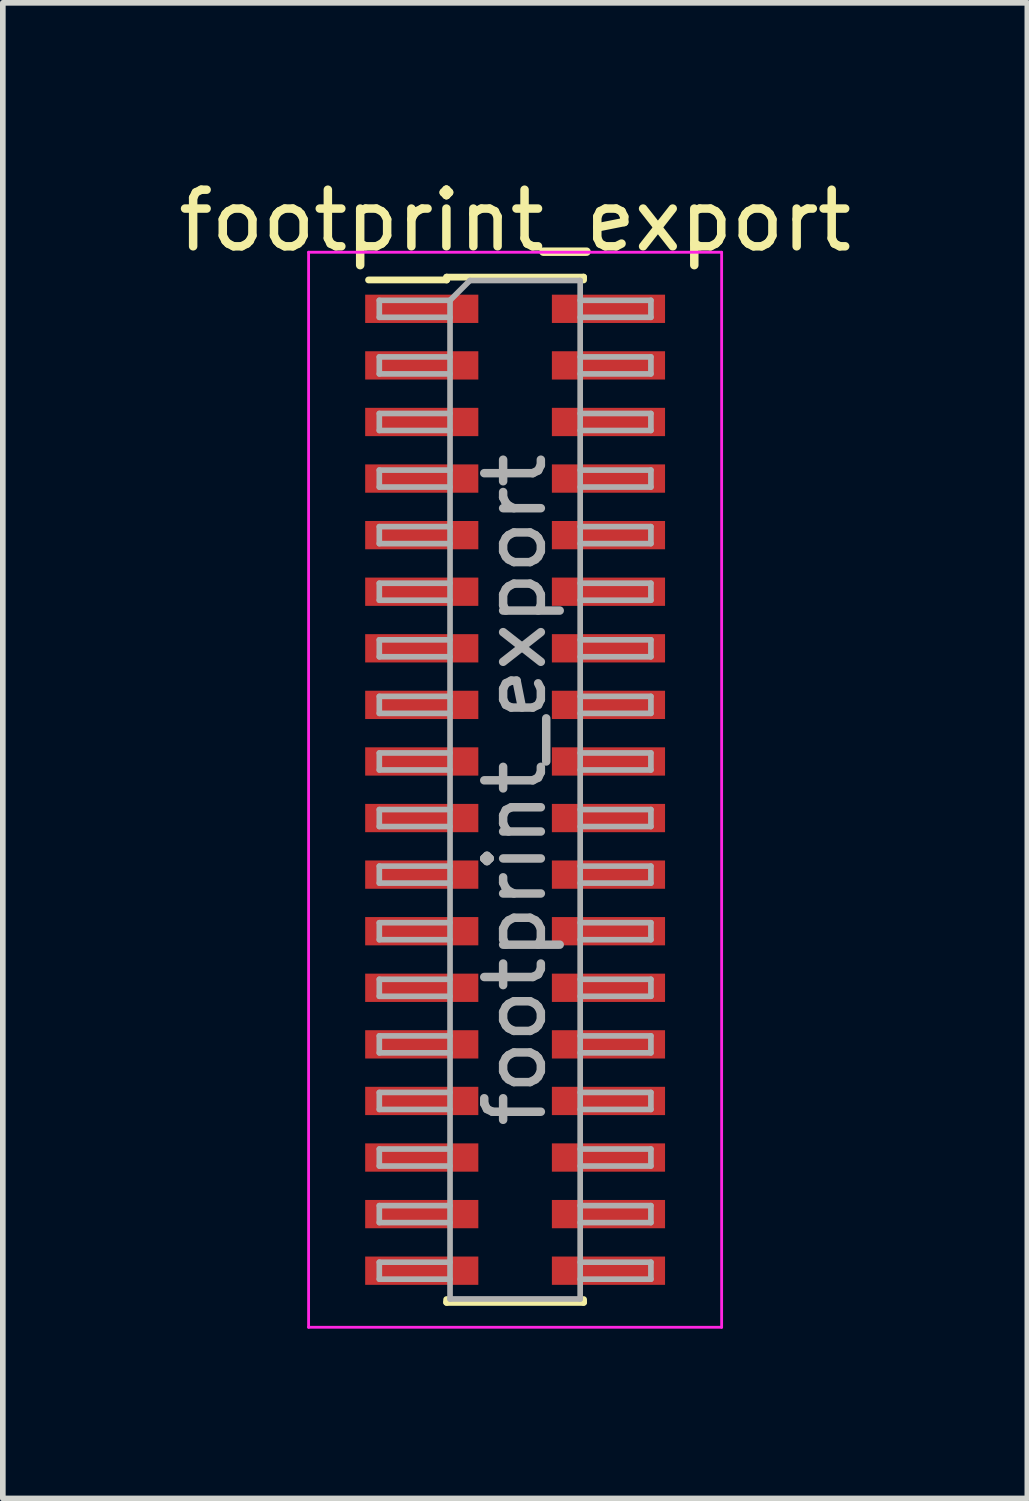
<source format=kicad_pcb>
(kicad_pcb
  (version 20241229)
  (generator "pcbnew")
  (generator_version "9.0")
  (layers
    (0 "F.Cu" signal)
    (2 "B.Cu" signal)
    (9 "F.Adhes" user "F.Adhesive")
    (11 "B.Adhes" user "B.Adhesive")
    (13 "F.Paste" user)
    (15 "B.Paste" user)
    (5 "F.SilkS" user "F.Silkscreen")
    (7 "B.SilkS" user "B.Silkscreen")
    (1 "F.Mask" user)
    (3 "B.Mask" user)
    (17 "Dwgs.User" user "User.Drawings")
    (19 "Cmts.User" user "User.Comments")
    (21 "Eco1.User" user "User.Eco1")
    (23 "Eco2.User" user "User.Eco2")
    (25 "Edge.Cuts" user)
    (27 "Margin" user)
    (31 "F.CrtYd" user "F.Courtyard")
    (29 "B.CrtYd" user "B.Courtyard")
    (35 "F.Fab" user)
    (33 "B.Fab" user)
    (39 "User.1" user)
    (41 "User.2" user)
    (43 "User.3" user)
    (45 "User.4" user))
  (footprint "footprint_export"
    (layer "F.Cu")
    (at 6.054 10.908)
    (property "Reference" "footprint_export" (at 0 -10.06 0) (layer "F.SilkS") (effects (font (size 1 1) (thickness 0.15))))
    (attr smd)
    (fp_line (start -2.59 -9.01) (end -1.21 -9.01) (stroke (width 0.12) (type solid)) (layer "F.SilkS"))
    (fp_line (start -1.21 -9.06) (end -1.21 -9.01) (stroke (width 0.12) (type solid)) (layer "F.SilkS"))
    (fp_line (start -1.21 -9.06) (end 1.21 -9.06) (stroke (width 0.12) (type solid)) (layer "F.SilkS"))
    (fp_line (start -1.21 9.01) (end -1.21 9.06) (stroke (width 0.12) (type solid)) (layer "F.SilkS"))
    (fp_line (start -1.21 9.06) (end 1.21 9.06) (stroke (width 0.12) (type solid)) (layer "F.SilkS"))
    (fp_line (start 1.21 -9.06) (end 1.21 -9.01) (stroke (width 0.12) (type solid)) (layer "F.SilkS"))
    (fp_line (start 1.21 9.01) (end 1.21 9.06) (stroke (width 0.12) (type solid)) (layer "F.SilkS"))
    (fp_line (start -3.65 -9.5) (end -3.65 9.5) (stroke (width 0.05) (type solid)) (layer "F.CrtYd"))
    (fp_line (start -3.65 9.5) (end 3.65 9.5) (stroke (width 0.05) (type solid)) (layer "F.CrtYd"))
    (fp_line (start 3.65 -9.5) (end -3.65 -9.5) (stroke (width 0.05) (type solid)) (layer "F.CrtYd"))
    (fp_line (start 3.65 9.5) (end 3.65 -9.5) (stroke (width 0.05) (type solid)) (layer "F.CrtYd"))
    (fp_line (start -2.4 -8.65) (end -2.4 -8.35) (stroke (width 0.1) (type solid)) (layer "F.Fab"))
    (fp_line (start -2.4 -8.35) (end -1.15 -8.35) (stroke (width 0.1) (type solid)) (layer "F.Fab"))
    (fp_line (start -2.4 -7.65) (end -2.4 -7.35) (stroke (width 0.1) (type solid)) (layer "F.Fab"))
    (fp_line (start -2.4 -7.35) (end -1.15 -7.35) (stroke (width 0.1) (type solid)) (layer "F.Fab"))
    (fp_line (start -2.4 -6.65) (end -2.4 -6.35) (stroke (width 0.1) (type solid)) (layer "F.Fab"))
    (fp_line (start -2.4 -6.35) (end -1.15 -6.35) (stroke (width 0.1) (type solid)) (layer "F.Fab"))
    (fp_line (start -2.4 -5.65) (end -2.4 -5.35) (stroke (width 0.1) (type solid)) (layer "F.Fab"))
    (fp_line (start -2.4 -5.35) (end -1.15 -5.35) (stroke (width 0.1) (type solid)) (layer "F.Fab"))
    (fp_line (start -2.4 -4.65) (end -2.4 -4.35) (stroke (width 0.1) (type solid)) (layer "F.Fab"))
    (fp_line (start -2.4 -4.35) (end -1.15 -4.35) (stroke (width 0.1) (type solid)) (layer "F.Fab"))
    (fp_line (start -2.4 -3.65) (end -2.4 -3.35) (stroke (width 0.1) (type solid)) (layer "F.Fab"))
    (fp_line (start -2.4 -3.35) (end -1.15 -3.35) (stroke (width 0.1) (type solid)) (layer "F.Fab"))
    (fp_line (start -2.4 -2.65) (end -2.4 -2.35) (stroke (width 0.1) (type solid)) (layer "F.Fab"))
    (fp_line (start -2.4 -2.35) (end -1.15 -2.35) (stroke (width 0.1) (type solid)) (layer "F.Fab"))
    (fp_line (start -2.4 -1.65) (end -2.4 -1.35) (stroke (width 0.1) (type solid)) (layer "F.Fab"))
    (fp_line (start -2.4 -1.35) (end -1.15 -1.35) (stroke (width 0.1) (type solid)) (layer "F.Fab"))
    (fp_line (start -2.4 -0.65) (end -2.4 -0.35) (stroke (width 0.1) (type solid)) (layer "F.Fab"))
    (fp_line (start -2.4 -0.35) (end -1.15 -0.35) (stroke (width 0.1) (type solid)) (layer "F.Fab"))
    (fp_line (start -2.4 0.35) (end -2.4 0.65) (stroke (width 0.1) (type solid)) (layer "F.Fab"))
    (fp_line (start -2.4 0.65) (end -1.15 0.65) (stroke (width 0.1) (type solid)) (layer "F.Fab"))
    (fp_line (start -2.4 1.35) (end -2.4 1.65) (stroke (width 0.1) (type solid)) (layer "F.Fab"))
    (fp_line (start -2.4 1.65) (end -1.15 1.65) (stroke (width 0.1) (type solid)) (layer "F.Fab"))
    (fp_line (start -2.4 2.35) (end -2.4 2.65) (stroke (width 0.1) (type solid)) (layer "F.Fab"))
    (fp_line (start -2.4 2.65) (end -1.15 2.65) (stroke (width 0.1) (type solid)) (layer "F.Fab"))
    (fp_line (start -2.4 3.35) (end -2.4 3.65) (stroke (width 0.1) (type solid)) (layer "F.Fab"))
    (fp_line (start -2.4 3.65) (end -1.15 3.65) (stroke (width 0.1) (type solid)) (layer "F.Fab"))
    (fp_line (start -2.4 4.35) (end -2.4 4.65) (stroke (width 0.1) (type solid)) (layer "F.Fab"))
    (fp_line (start -2.4 4.65) (end -1.15 4.65) (stroke (width 0.1) (type solid)) (layer "F.Fab"))
    (fp_line (start -2.4 5.35) (end -2.4 5.65) (stroke (width 0.1) (type solid)) (layer "F.Fab"))
    (fp_line (start -2.4 5.65) (end -1.15 5.65) (stroke (width 0.1) (type solid)) (layer "F.Fab"))
    (fp_line (start -2.4 6.35) (end -2.4 6.65) (stroke (width 0.1) (type solid)) (layer "F.Fab"))
    (fp_line (start -2.4 6.65) (end -1.15 6.65) (stroke (width 0.1) (type solid)) (layer "F.Fab"))
    (fp_line (start -2.4 7.35) (end -2.4 7.65) (stroke (width 0.1) (type solid)) (layer "F.Fab"))
    (fp_line (start -2.4 7.65) (end -1.15 7.65) (stroke (width 0.1) (type solid)) (layer "F.Fab"))
    (fp_line (start -2.4 8.35) (end -2.4 8.65) (stroke (width 0.1) (type solid)) (layer "F.Fab"))
    (fp_line (start -2.4 8.65) (end -1.15 8.65) (stroke (width 0.1) (type solid)) (layer "F.Fab"))
    (fp_line (start -1.15 -8.65) (end -2.4 -8.65) (stroke (width 0.1) (type solid)) (layer "F.Fab"))
    (fp_line (start -1.15 -8.65) (end -0.8 -9) (stroke (width 0.1) (type solid)) (layer "F.Fab"))
    (fp_line (start -1.15 -7.65) (end -2.4 -7.65) (stroke (width 0.1) (type solid)) (layer "F.Fab"))
    (fp_line (start -1.15 -6.65) (end -2.4 -6.65) (stroke (width 0.1) (type solid)) (layer "F.Fab"))
    (fp_line (start -1.15 -5.65) (end -2.4 -5.65) (stroke (width 0.1) (type solid)) (layer "F.Fab"))
    (fp_line (start -1.15 -4.65) (end -2.4 -4.65) (stroke (width 0.1) (type solid)) (layer "F.Fab"))
    (fp_line (start -1.15 -3.65) (end -2.4 -3.65) (stroke (width 0.1) (type solid)) (layer "F.Fab"))
    (fp_line (start -1.15 -2.65) (end -2.4 -2.65) (stroke (width 0.1) (type solid)) (layer "F.Fab"))
    (fp_line (start -1.15 -1.65) (end -2.4 -1.65) (stroke (width 0.1) (type solid)) (layer "F.Fab"))
    (fp_line (start -1.15 -0.65) (end -2.4 -0.65) (stroke (width 0.1) (type solid)) (layer "F.Fab"))
    (fp_line (start -1.15 0.35) (end -2.4 0.35) (stroke (width 0.1) (type solid)) (layer "F.Fab"))
    (fp_line (start -1.15 1.35) (end -2.4 1.35) (stroke (width 0.1) (type solid)) (layer "F.Fab"))
    (fp_line (start -1.15 2.35) (end -2.4 2.35) (stroke (width 0.1) (type solid)) (layer "F.Fab"))
    (fp_line (start -1.15 3.35) (end -2.4 3.35) (stroke (width 0.1) (type solid)) (layer "F.Fab"))
    (fp_line (start -1.15 4.35) (end -2.4 4.35) (stroke (width 0.1) (type solid)) (layer "F.Fab"))
    (fp_line (start -1.15 5.35) (end -2.4 5.35) (stroke (width 0.1) (type solid)) (layer "F.Fab"))
    (fp_line (start -1.15 6.35) (end -2.4 6.35) (stroke (width 0.1) (type solid)) (layer "F.Fab"))
    (fp_line (start -1.15 7.35) (end -2.4 7.35) (stroke (width 0.1) (type solid)) (layer "F.Fab"))
    (fp_line (start -1.15 8.35) (end -2.4 8.35) (stroke (width 0.1) (type solid)) (layer "F.Fab"))
    (fp_line (start -1.15 9) (end -1.15 -8.65) (stroke (width 0.1) (type solid)) (layer "F.Fab"))
    (fp_line (start -0.8 -9) (end 1.15 -9) (stroke (width 0.1) (type solid)) (layer "F.Fab"))
    (fp_line (start 1.15 -9) (end 1.15 9) (stroke (width 0.1) (type solid)) (layer "F.Fab"))
    (fp_line (start 1.15 -8.65) (end 2.4 -8.65) (stroke (width 0.1) (type solid)) (layer "F.Fab"))
    (fp_line (start 1.15 -7.65) (end 2.4 -7.65) (stroke (width 0.1) (type solid)) (layer "F.Fab"))
    (fp_line (start 1.15 -6.65) (end 2.4 -6.65) (stroke (width 0.1) (type solid)) (layer "F.Fab"))
    (fp_line (start 1.15 -5.65) (end 2.4 -5.65) (stroke (width 0.1) (type solid)) (layer "F.Fab"))
    (fp_line (start 1.15 -4.65) (end 2.4 -4.65) (stroke (width 0.1) (type solid)) (layer "F.Fab"))
    (fp_line (start 1.15 -3.65) (end 2.4 -3.65) (stroke (width 0.1) (type solid)) (layer "F.Fab"))
    (fp_line (start 1.15 -2.65) (end 2.4 -2.65) (stroke (width 0.1) (type solid)) (layer "F.Fab"))
    (fp_line (start 1.15 -1.65) (end 2.4 -1.65) (stroke (width 0.1) (type solid)) (layer "F.Fab"))
    (fp_line (start 1.15 -0.65) (end 2.4 -0.65) (stroke (width 0.1) (type solid)) (layer "F.Fab"))
    (fp_line (start 1.15 0.35) (end 2.4 0.35) (stroke (width 0.1) (type solid)) (layer "F.Fab"))
    (fp_line (start 1.15 1.35) (end 2.4 1.35) (stroke (width 0.1) (type solid)) (layer "F.Fab"))
    (fp_line (start 1.15 2.35) (end 2.4 2.35) (stroke (width 0.1) (type solid)) (layer "F.Fab"))
    (fp_line (start 1.15 3.35) (end 2.4 3.35) (stroke (width 0.1) (type solid)) (layer "F.Fab"))
    (fp_line (start 1.15 4.35) (end 2.4 4.35) (stroke (width 0.1) (type solid)) (layer "F.Fab"))
    (fp_line (start 1.15 5.35) (end 2.4 5.35) (stroke (width 0.1) (type solid)) (layer "F.Fab"))
    (fp_line (start 1.15 6.35) (end 2.4 6.35) (stroke (width 0.1) (type solid)) (layer "F.Fab"))
    (fp_line (start 1.15 7.35) (end 2.4 7.35) (stroke (width 0.1) (type solid)) (layer "F.Fab"))
    (fp_line (start 1.15 8.35) (end 2.4 8.35) (stroke (width 0.1) (type solid)) (layer "F.Fab"))
    (fp_line (start 1.15 9) (end -1.15 9) (stroke (width 0.1) (type solid)) (layer "F.Fab"))
    (fp_line (start 2.4 -8.65) (end 2.4 -8.35) (stroke (width 0.1) (type solid)) (layer "F.Fab"))
    (fp_line (start 2.4 -8.35) (end 1.15 -8.35) (stroke (width 0.1) (type solid)) (layer "F.Fab"))
    (fp_line (start 2.4 -7.65) (end 2.4 -7.35) (stroke (width 0.1) (type solid)) (layer "F.Fab"))
    (fp_line (start 2.4 -7.35) (end 1.15 -7.35) (stroke (width 0.1) (type solid)) (layer "F.Fab"))
    (fp_line (start 2.4 -6.65) (end 2.4 -6.35) (stroke (width 0.1) (type solid)) (layer "F.Fab"))
    (fp_line (start 2.4 -6.35) (end 1.15 -6.35) (stroke (width 0.1) (type solid)) (layer "F.Fab"))
    (fp_line (start 2.4 -5.65) (end 2.4 -5.35) (stroke (width 0.1) (type solid)) (layer "F.Fab"))
    (fp_line (start 2.4 -5.35) (end 1.15 -5.35) (stroke (width 0.1) (type solid)) (layer "F.Fab"))
    (fp_line (start 2.4 -4.65) (end 2.4 -4.35) (stroke (width 0.1) (type solid)) (layer "F.Fab"))
    (fp_line (start 2.4 -4.35) (end 1.15 -4.35) (stroke (width 0.1) (type solid)) (layer "F.Fab"))
    (fp_line (start 2.4 -3.65) (end 2.4 -3.35) (stroke (width 0.1) (type solid)) (layer "F.Fab"))
    (fp_line (start 2.4 -3.35) (end 1.15 -3.35) (stroke (width 0.1) (type solid)) (layer "F.Fab"))
    (fp_line (start 2.4 -2.65) (end 2.4 -2.35) (stroke (width 0.1) (type solid)) (layer "F.Fab"))
    (fp_line (start 2.4 -2.35) (end 1.15 -2.35) (stroke (width 0.1) (type solid)) (layer "F.Fab"))
    (fp_line (start 2.4 -1.65) (end 2.4 -1.35) (stroke (width 0.1) (type solid)) (layer "F.Fab"))
    (fp_line (start 2.4 -1.35) (end 1.15 -1.35) (stroke (width 0.1) (type solid)) (layer "F.Fab"))
    (fp_line (start 2.4 -0.65) (end 2.4 -0.35) (stroke (width 0.1) (type solid)) (layer "F.Fab"))
    (fp_line (start 2.4 -0.35) (end 1.15 -0.35) (stroke (width 0.1) (type solid)) (layer "F.Fab"))
    (fp_line (start 2.4 0.35) (end 2.4 0.65) (stroke (width 0.1) (type solid)) (layer "F.Fab"))
    (fp_line (start 2.4 0.65) (end 1.15 0.65) (stroke (width 0.1) (type solid)) (layer "F.Fab"))
    (fp_line (start 2.4 1.35) (end 2.4 1.65) (stroke (width 0.1) (type solid)) (layer "F.Fab"))
    (fp_line (start 2.4 1.65) (end 1.15 1.65) (stroke (width 0.1) (type solid)) (layer "F.Fab"))
    (fp_line (start 2.4 2.35) (end 2.4 2.65) (stroke (width 0.1) (type solid)) (layer "F.Fab"))
    (fp_line (start 2.4 2.65) (end 1.15 2.65) (stroke (width 0.1) (type solid)) (layer "F.Fab"))
    (fp_line (start 2.4 3.35) (end 2.4 3.65) (stroke (width 0.1) (type solid)) (layer "F.Fab"))
    (fp_line (start 2.4 3.65) (end 1.15 3.65) (stroke (width 0.1) (type solid)) (layer "F.Fab"))
    (fp_line (start 2.4 4.35) (end 2.4 4.65) (stroke (width 0.1) (type solid)) (layer "F.Fab"))
    (fp_line (start 2.4 4.65) (end 1.15 4.65) (stroke (width 0.1) (type solid)) (layer "F.Fab"))
    (fp_line (start 2.4 5.35) (end 2.4 5.65) (stroke (width 0.1) (type solid)) (layer "F.Fab"))
    (fp_line (start 2.4 5.65) (end 1.15 5.65) (stroke (width 0.1) (type solid)) (layer "F.Fab"))
    (fp_line (start 2.4 6.35) (end 2.4 6.65) (stroke (width 0.1) (type solid)) (layer "F.Fab"))
    (fp_line (start 2.4 6.65) (end 1.15 6.65) (stroke (width 0.1) (type solid)) (layer "F.Fab"))
    (fp_line (start 2.4 7.35) (end 2.4 7.65) (stroke (width 0.1) (type solid)) (layer "F.Fab"))
    (fp_line (start 2.4 7.65) (end 1.15 7.65) (stroke (width 0.1) (type solid)) (layer "F.Fab"))
    (fp_line (start 2.4 8.35) (end 2.4 8.65) (stroke (width 0.1) (type solid)) (layer "F.Fab"))
    (fp_line (start 2.4 8.65) (end 1.15 8.65) (stroke (width 0.1) (type solid)) (layer "F.Fab"))
    (fp_text user "${REFERENCE}" (at 0 0 90) (layer "F.Fab") (effects (font (size 1 1) (thickness 0.15))))
    (pad "1" smd rect (at -1.65 -8.5) (size 2 0.5) (layers "F.Cu" "F.Mask" "F.Paste"))
    (pad "2" smd rect (at 1.65 -8.5) (size 2 0.5) (layers "F.Cu" "F.Mask" "F.Paste"))
    (pad "3" smd rect (at -1.65 -7.5) (size 2 0.5) (layers "F.Cu" "F.Mask" "F.Paste"))
    (pad "4" smd rect (at 1.65 -7.5) (size 2 0.5) (layers "F.Cu" "F.Mask" "F.Paste"))
    (pad "5" smd rect (at -1.65 -6.5) (size 2 0.5) (layers "F.Cu" "F.Mask" "F.Paste"))
    (pad "6" smd rect (at 1.65 -6.5) (size 2 0.5) (layers "F.Cu" "F.Mask" "F.Paste"))
    (pad "7" smd rect (at -1.65 -5.5) (size 2 0.5) (layers "F.Cu" "F.Mask" "F.Paste"))
    (pad "8" smd rect (at 1.65 -5.5) (size 2 0.5) (layers "F.Cu" "F.Mask" "F.Paste"))
    (pad "9" smd rect (at -1.65 -4.5) (size 2 0.5) (layers "F.Cu" "F.Mask" "F.Paste"))
    (pad "10" smd rect (at 1.65 -4.5) (size 2 0.5) (layers "F.Cu" "F.Mask" "F.Paste"))
    (pad "11" smd rect (at -1.65 -3.5) (size 2 0.5) (layers "F.Cu" "F.Mask" "F.Paste"))
    (pad "12" smd rect (at 1.65 -3.5) (size 2 0.5) (layers "F.Cu" "F.Mask" "F.Paste"))
    (pad "13" smd rect (at -1.65 -2.5) (size 2 0.5) (layers "F.Cu" "F.Mask" "F.Paste"))
    (pad "14" smd rect (at 1.65 -2.5) (size 2 0.5) (layers "F.Cu" "F.Mask" "F.Paste"))
    (pad "15" smd rect (at -1.65 -1.5) (size 2 0.5) (layers "F.Cu" "F.Mask" "F.Paste"))
    (pad "16" smd rect (at 1.65 -1.5) (size 2 0.5) (layers "F.Cu" "F.Mask" "F.Paste"))
    (pad "17" smd rect (at -1.65 -0.5) (size 2 0.5) (layers "F.Cu" "F.Mask" "F.Paste"))
    (pad "18" smd rect (at 1.65 -0.5) (size 2 0.5) (layers "F.Cu" "F.Mask" "F.Paste"))
    (pad "19" smd rect (at -1.65 0.5) (size 2 0.5) (layers "F.Cu" "F.Mask" "F.Paste"))
    (pad "20" smd rect (at 1.65 0.5) (size 2 0.5) (layers "F.Cu" "F.Mask" "F.Paste"))
    (pad "21" smd rect (at -1.65 1.5) (size 2 0.5) (layers "F.Cu" "F.Mask" "F.Paste"))
    (pad "22" smd rect (at 1.65 1.5) (size 2 0.5) (layers "F.Cu" "F.Mask" "F.Paste"))
    (pad "23" smd rect (at -1.65 2.5) (size 2 0.5) (layers "F.Cu" "F.Mask" "F.Paste"))
    (pad "24" smd rect (at 1.65 2.5) (size 2 0.5) (layers "F.Cu" "F.Mask" "F.Paste"))
    (pad "25" smd rect (at -1.65 3.5) (size 2 0.5) (layers "F.Cu" "F.Mask" "F.Paste"))
    (pad "26" smd rect (at 1.65 3.5) (size 2 0.5) (layers "F.Cu" "F.Mask" "F.Paste"))
    (pad "27" smd rect (at -1.65 4.5) (size 2 0.5) (layers "F.Cu" "F.Mask" "F.Paste"))
    (pad "28" smd rect (at 1.65 4.5) (size 2 0.5) (layers "F.Cu" "F.Mask" "F.Paste"))
    (pad "29" smd rect (at -1.65 5.5) (size 2 0.5) (layers "F.Cu" "F.Mask" "F.Paste"))
    (pad "30" smd rect (at 1.65 5.5) (size 2 0.5) (layers "F.Cu" "F.Mask" "F.Paste"))
    (pad "31" smd rect (at -1.65 6.5) (size 2 0.5) (layers "F.Cu" "F.Mask" "F.Paste"))
    (pad "32" smd rect (at 1.65 6.5) (size 2 0.5) (layers "F.Cu" "F.Mask" "F.Paste"))
    (pad "33" smd rect (at -1.65 7.5) (size 2 0.5) (layers "F.Cu" "F.Mask" "F.Paste"))
    (pad "34" smd rect (at 1.65 7.5) (size 2 0.5) (layers "F.Cu" "F.Mask" "F.Paste"))
    (pad "35" smd rect (at -1.65 8.5) (size 2 0.5) (layers "F.Cu" "F.Mask" "F.Paste"))
    (pad "36" smd rect (at 1.65 8.5) (size 2 0.5) (layers "F.Cu" "F.Mask" "F.Paste")))
  (gr_rect
    (start -3 -3)
    (end 15.107 23.433)
    (stroke (width 0.1) (type default))
    (fill no)
    (layer "Edge.Cuts")))
</source>
